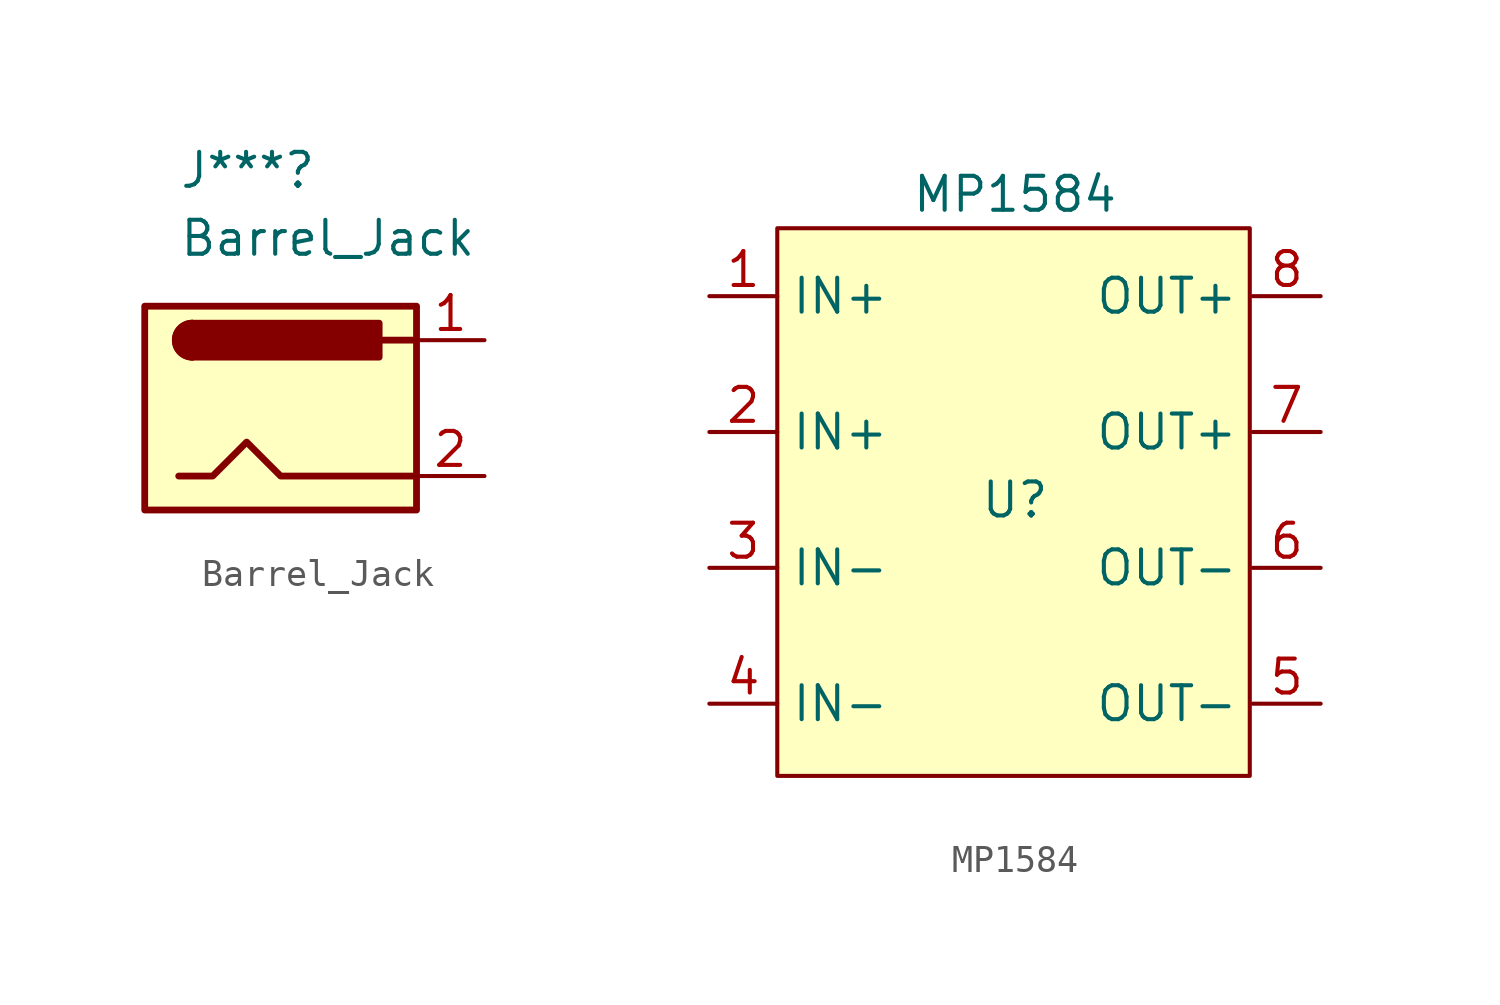
<source format=kicad_sym>
(kicad_symbol_lib
  (version 20241209)
  (generator "kicad_symbol_editor")
  (generator_version "9.0")
  (symbol "Barrel_Jack"
    (pin_names
      (offset 1.016))
    (property "Reference" "J***"
      (at -3.81 8.89 0)
      (effects (font (size 1.27 1.27)) (justify left)))
    (property "Value" "Barrel_Jack"
      (at -3.81 6.35 0)
      (effects (font (size 1.27 1.27)) (justify left)))
    (property "TITLE: A Title" ""
      (at 0 0 0)
      (effects (font (size 1.27 1.27))))
    (symbol "Barrel_Jack_0_1"
      (rectangle (start -5.08 3.81) (end 5.08 -3.81) (stroke (width 0.254) (type default)) (fill (type background)))
      (polyline (pts (xy -3.81 -2.54) (xy -2.54 -2.54) (xy -1.27 -1.27) (xy 0 -2.54) (xy 2.54 -2.54) (xy 5.08 -2.54)) (stroke (width 0.254) (type default)) (fill (type none)))
      (arc (start -3.302 1.905) (mid -3.9343 2.54) (end -3.302 3.175) (stroke (width 0.254) (type default)) (fill (type none)))
      (arc (start -3.302 1.905) (mid -3.9343 2.54) (end -3.302 3.175) (stroke (width 0.254) (type default)) (fill (type outline)))
      (rectangle (start 3.683 3.175) (end -3.302 1.905) (stroke (width 0.254) (type default)) (fill (type outline)))
      (polyline (pts (xy 5.08 2.54) (xy 3.81 2.54)) (stroke (width 0.254) (type default)) (fill (type none))))
    (symbol "Barrel_Jack_1_1"
      (pin power_out line (at 7.62 2.54 180) (length 2.54) (name "~" (effects (font (size 1.27 1.27)))) (number "1" (effects (font (size 1.27 1.27)))))
      (pin passive line (at 7.62 -2.54 180) (length 2.54) (name "~" (effects (font (size 1.27 1.27)))) (number "2" (effects (font (size 1.27 1.27)))))))
  (symbol "MP1584"
    (property "Reference" "U"
      (at 0 0 0)
      (effects (font (size 1.27 1.27))))
    (property "Value" "MP1584"
      (at 0 11.43 0)
      (effects (font (size 1.27 1.27))))
    (symbol "MP1584_1_1"
      (rectangle (start -8.89 10.16) (end 8.78 -10.32) (stroke (width 0) (type solid)) (fill (type background)))
      (pin power_in line (at -11.43 7.62 0) (length 2.54) (name "IN+" (effects (font (size 1.27 1.27)))) (number "1" (effects (font (size 1.27 1.27)))))
      (pin power_in line (at -11.43 2.54 0) (length 2.54) (name "IN+" (effects (font (size 1.27 1.27)))) (number "2" (effects (font (size 1.27 1.27)))))
      (pin power_in line (at -11.43 -2.54 0) (length 2.54) (name "IN-" (effects (font (size 1.27 1.27)))) (number "3" (effects (font (size 1.27 1.27)))))
      (pin power_in line (at -11.43 -7.62 0) (length 2.54) (name "IN-" (effects (font (size 1.27 1.27)))) (number "4" (effects (font (size 1.27 1.27)))))
      (pin power_out line (at 11.43 7.62 180) (length 2.54) (name "OUT+" (effects (font (size 1.27 1.27)))) (number "8" (effects (font (size 1.27 1.27)))))
      (pin passive line (at 11.43 2.54 180) (length 2.54) (name "OUT+" (effects (font (size 1.27 1.27)))) (number "7" (effects (font (size 1.27 1.27)))))
      (pin passive line (at 11.43 -2.54 180) (length 2.54) (name "OUT-" (effects (font (size 1.27 1.27)))) (number "6" (effects (font (size 1.27 1.27)))))
      (pin power_out line (at 11.43 -7.62 180) (length 2.54) (name "OUT-" (effects (font (size 1.27 1.27)))) (number "5" (effects (font (size 1.27 1.27))))))))
</source>
